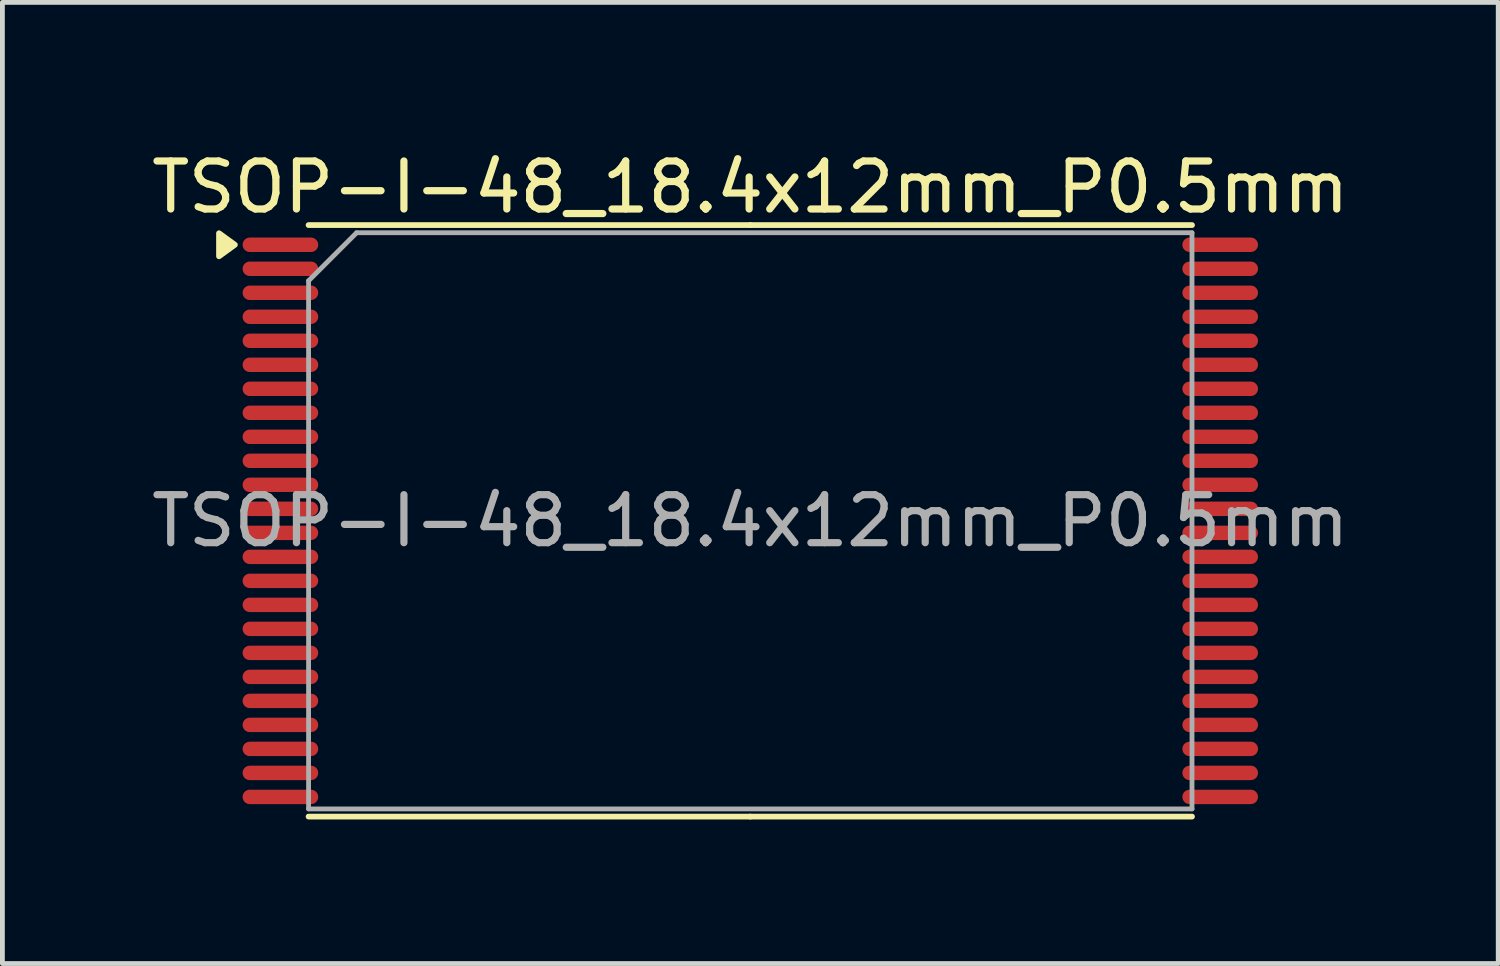
<source format=kicad_pcb>
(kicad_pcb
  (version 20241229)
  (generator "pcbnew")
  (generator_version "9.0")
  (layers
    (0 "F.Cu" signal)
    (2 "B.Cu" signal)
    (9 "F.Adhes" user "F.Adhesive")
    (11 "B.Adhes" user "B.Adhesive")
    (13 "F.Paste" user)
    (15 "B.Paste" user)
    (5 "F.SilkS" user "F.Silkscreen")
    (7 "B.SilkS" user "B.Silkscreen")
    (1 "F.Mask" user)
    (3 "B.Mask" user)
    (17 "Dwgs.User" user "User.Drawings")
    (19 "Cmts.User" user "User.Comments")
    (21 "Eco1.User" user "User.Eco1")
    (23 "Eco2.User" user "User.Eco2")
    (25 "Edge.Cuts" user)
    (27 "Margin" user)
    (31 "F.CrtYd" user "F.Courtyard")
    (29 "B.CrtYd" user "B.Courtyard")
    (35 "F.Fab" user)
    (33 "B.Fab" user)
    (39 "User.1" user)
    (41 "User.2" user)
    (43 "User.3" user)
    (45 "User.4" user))
  (footprint "TSOP-I-48_18.4x12mm_P0.5mm"
    (layer "F.Cu")
    (at 12.577 7.798)
    (property "Reference" "TSOP-I-48_18.4x12mm_P0.5mm" (at 0 -6.95 0) (layer "F.SilkS") (effects (font (size 1 1) (thickness 0.15))))
    (attr smd)
    (fp_line (start 0 -6.16) (end -9.2 -6.16) (stroke (width 0.12) (type solid)) (layer "F.SilkS"))
    (fp_line (start 0 -6.16) (end 9.2 -6.16) (stroke (width 0.12) (type solid)) (layer "F.SilkS"))
    (fp_line (start 0 6.16) (end -9.2 6.16) (stroke (width 0.12) (type solid)) (layer "F.SilkS"))
    (fp_line (start 0 6.16) (end 9.2 6.16) (stroke (width 0.12) (type solid)) (layer "F.SilkS"))
    (fp_poly (pts (xy -10.735 -5.75) (xy -11.065 -5.99) (xy -11.065 -5.51) (xy -10.735 -5.75)) (stroke (width 0.12) (type solid)) (fill yes) (layer "F.SilkS"))
    (fp_line (start -9.2 -5) (end -8.2 -6) (stroke (width 0.1) (type solid)) (layer "F.Fab"))
    (fp_line (start -9.2 6) (end -9.2 -5) (stroke (width 0.1) (type solid)) (layer "F.Fab"))
    (fp_line (start -8.2 -6) (end 9.2 -6) (stroke (width 0.1) (type solid)) (layer "F.Fab"))
    (fp_line (start 9.2 -6) (end 9.2 6) (stroke (width 0.1) (type solid)) (layer "F.Fab"))
    (fp_line (start 9.2 6) (end -9.2 6) (stroke (width 0.1) (type solid)) (layer "F.Fab"))
    (fp_text user "${REFERENCE}" (at 0 0 0) (layer "F.Fab") (effects (font (size 1 1) (thickness 0.15))))
    (pad "1" smd oval (at -9.787 -5.75) (size 1.575 0.3) (layers "F.Cu" "F.Mask" "F.Paste"))
    (pad "2" smd oval (at -9.787 -5.25) (size 1.575 0.3) (layers "F.Cu" "F.Mask" "F.Paste"))
    (pad "3" smd oval (at -9.787 -4.75) (size 1.575 0.3) (layers "F.Cu" "F.Mask" "F.Paste"))
    (pad "4" smd oval (at -9.787 -4.25) (size 1.575 0.3) (layers "F.Cu" "F.Mask" "F.Paste"))
    (pad "5" smd oval (at -9.787 -3.75) (size 1.575 0.3) (layers "F.Cu" "F.Mask" "F.Paste"))
    (pad "6" smd oval (at -9.787 -3.25) (size 1.575 0.3) (layers "F.Cu" "F.Mask" "F.Paste"))
    (pad "7" smd oval (at -9.787 -2.75) (size 1.575 0.3) (layers "F.Cu" "F.Mask" "F.Paste"))
    (pad "8" smd oval (at -9.787 -2.25) (size 1.575 0.3) (layers "F.Cu" "F.Mask" "F.Paste"))
    (pad "9" smd oval (at -9.787 -1.75) (size 1.575 0.3) (layers "F.Cu" "F.Mask" "F.Paste"))
    (pad "10" smd oval (at -9.787 -1.25) (size 1.575 0.3) (layers "F.Cu" "F.Mask" "F.Paste"))
    (pad "11" smd oval (at -9.787 -0.75) (size 1.575 0.3) (layers "F.Cu" "F.Mask" "F.Paste"))
    (pad "12" smd oval (at -9.787 -0.25) (size 1.575 0.3) (layers "F.Cu" "F.Mask" "F.Paste"))
    (pad "13" smd oval (at -9.787 0.25) (size 1.575 0.3) (layers "F.Cu" "F.Mask" "F.Paste"))
    (pad "14" smd oval (at -9.787 0.75) (size 1.575 0.3) (layers "F.Cu" "F.Mask" "F.Paste"))
    (pad "15" smd oval (at -9.787 1.25) (size 1.575 0.3) (layers "F.Cu" "F.Mask" "F.Paste"))
    (pad "16" smd oval (at -9.787 1.75) (size 1.575 0.3) (layers "F.Cu" "F.Mask" "F.Paste"))
    (pad "17" smd oval (at -9.787 2.25) (size 1.575 0.3) (layers "F.Cu" "F.Mask" "F.Paste"))
    (pad "18" smd oval (at -9.787 2.75) (size 1.575 0.3) (layers "F.Cu" "F.Mask" "F.Paste"))
    (pad "19" smd oval (at -9.787 3.25) (size 1.575 0.3) (layers "F.Cu" "F.Mask" "F.Paste"))
    (pad "20" smd oval (at -9.787 3.75) (size 1.575 0.3) (layers "F.Cu" "F.Mask" "F.Paste"))
    (pad "21" smd oval (at -9.787 4.25) (size 1.575 0.3) (layers "F.Cu" "F.Mask" "F.Paste"))
    (pad "22" smd oval (at -9.787 4.75) (size 1.575 0.3) (layers "F.Cu" "F.Mask" "F.Paste"))
    (pad "23" smd oval (at -9.787 5.25) (size 1.575 0.3) (layers "F.Cu" "F.Mask" "F.Paste"))
    (pad "24" smd oval (at -9.787 5.75) (size 1.575 0.3) (layers "F.Cu" "F.Mask" "F.Paste"))
    (pad "25" smd oval (at 9.787 5.75) (size 1.575 0.3) (layers "F.Cu" "F.Mask" "F.Paste"))
    (pad "26" smd oval (at 9.787 5.25) (size 1.575 0.3) (layers "F.Cu" "F.Mask" "F.Paste"))
    (pad "27" smd oval (at 9.787 4.75) (size 1.575 0.3) (layers "F.Cu" "F.Mask" "F.Paste"))
    (pad "28" smd oval (at 9.787 4.25) (size 1.575 0.3) (layers "F.Cu" "F.Mask" "F.Paste"))
    (pad "29" smd oval (at 9.787 3.75) (size 1.575 0.3) (layers "F.Cu" "F.Mask" "F.Paste"))
    (pad "30" smd oval (at 9.787 3.25) (size 1.575 0.3) (layers "F.Cu" "F.Mask" "F.Paste"))
    (pad "31" smd oval (at 9.787 2.75) (size 1.575 0.3) (layers "F.Cu" "F.Mask" "F.Paste"))
    (pad "32" smd oval (at 9.787 2.25) (size 1.575 0.3) (layers "F.Cu" "F.Mask" "F.Paste"))
    (pad "33" smd oval (at 9.787 1.75) (size 1.575 0.3) (layers "F.Cu" "F.Mask" "F.Paste"))
    (pad "34" smd oval (at 9.787 1.25) (size 1.575 0.3) (layers "F.Cu" "F.Mask" "F.Paste"))
    (pad "35" smd oval (at 9.787 0.75) (size 1.575 0.3) (layers "F.Cu" "F.Mask" "F.Paste"))
    (pad "36" smd oval (at 9.787 0.25) (size 1.575 0.3) (layers "F.Cu" "F.Mask" "F.Paste"))
    (pad "37" smd oval (at 9.787 -0.25) (size 1.575 0.3) (layers "F.Cu" "F.Mask" "F.Paste"))
    (pad "38" smd oval (at 9.787 -0.75) (size 1.575 0.3) (layers "F.Cu" "F.Mask" "F.Paste"))
    (pad "39" smd oval (at 9.787 -1.25) (size 1.575 0.3) (layers "F.Cu" "F.Mask" "F.Paste"))
    (pad "40" smd oval (at 9.787 -1.75) (size 1.575 0.3) (layers "F.Cu" "F.Mask" "F.Paste"))
    (pad "41" smd oval (at 9.787 -2.25) (size 1.575 0.3) (layers "F.Cu" "F.Mask" "F.Paste"))
    (pad "42" smd oval (at 9.787 -2.75) (size 1.575 0.3) (layers "F.Cu" "F.Mask" "F.Paste"))
    (pad "43" smd oval (at 9.787 -3.25) (size 1.575 0.3) (layers "F.Cu" "F.Mask" "F.Paste"))
    (pad "44" smd oval (at 9.787 -3.75) (size 1.575 0.3) (layers "F.Cu" "F.Mask" "F.Paste"))
    (pad "45" smd oval (at 9.787 -4.25) (size 1.575 0.3) (layers "F.Cu" "F.Mask" "F.Paste"))
    (pad "46" smd oval (at 9.787 -4.75) (size 1.575 0.3) (layers "F.Cu" "F.Mask" "F.Paste"))
    (pad "47" smd oval (at 9.787 -5.25) (size 1.575 0.3) (layers "F.Cu" "F.Mask" "F.Paste"))
    (pad "48" smd oval (at 9.787 -5.75) (size 1.575 0.3) (layers "F.Cu" "F.Mask" "F.Paste")))
  (gr_rect
    (start -3 -3)
    (end 28.155 17.018)
    (stroke (width 0.1) (type default))
    (fill no)
    (layer "Edge.Cuts")))
</source>
